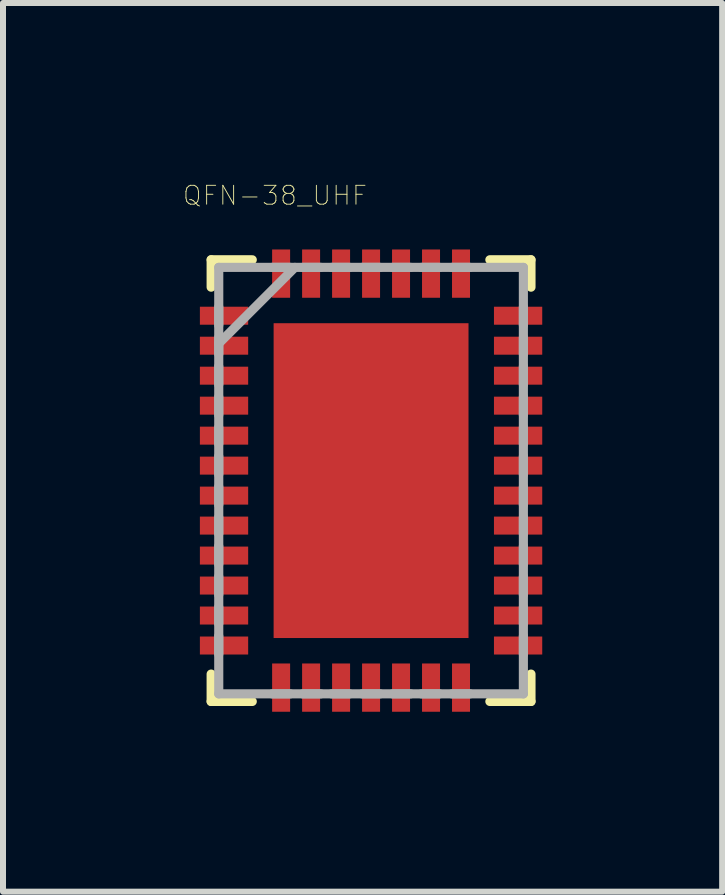
<source format=kicad_pcb>
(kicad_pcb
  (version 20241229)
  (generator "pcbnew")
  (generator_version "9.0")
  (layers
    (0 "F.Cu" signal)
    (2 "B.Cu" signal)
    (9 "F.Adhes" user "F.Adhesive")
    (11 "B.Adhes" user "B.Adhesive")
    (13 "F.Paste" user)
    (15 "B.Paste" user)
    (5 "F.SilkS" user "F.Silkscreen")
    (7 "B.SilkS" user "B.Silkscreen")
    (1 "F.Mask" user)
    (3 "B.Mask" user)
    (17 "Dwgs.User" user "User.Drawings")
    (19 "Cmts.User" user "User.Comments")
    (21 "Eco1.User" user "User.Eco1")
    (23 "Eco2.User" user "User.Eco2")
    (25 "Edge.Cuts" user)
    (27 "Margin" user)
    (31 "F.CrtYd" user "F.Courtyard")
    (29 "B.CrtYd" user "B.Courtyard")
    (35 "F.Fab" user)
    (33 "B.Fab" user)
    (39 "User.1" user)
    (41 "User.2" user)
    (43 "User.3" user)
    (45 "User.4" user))
  (footprint "QFN-38_UHF"
    (layer "F.Cu")
    (at 3.138 4.965)
    (property "Reference" "QFN-38_UHF" (at -1.602 -4.755 0) (layer "F.SilkS") (effects (font (size 0.315 0.315) (thickness 0.015))))
    (attr through_hole)
    (fp_line (start -2.667 -3.683) (end -2.667 -3.226) (stroke (width 0.152) (type solid)) (layer "F.SilkS"))
    (fp_line (start -2.667 3.226) (end -2.667 3.683) (stroke (width 0.152) (type solid)) (layer "F.SilkS"))
    (fp_line (start -2.667 3.683) (end -1.981 3.683) (stroke (width 0.152) (type solid)) (layer "F.SilkS"))
    (fp_line (start -1.981 -3.683) (end -2.667 -3.683) (stroke (width 0.152) (type solid)) (layer "F.SilkS"))
    (fp_line (start 1.981 3.683) (end 2.667 3.683) (stroke (width 0.152) (type solid)) (layer "F.SilkS"))
    (fp_line (start 2.667 -3.683) (end 1.981 -3.683) (stroke (width 0.152) (type solid)) (layer "F.SilkS"))
    (fp_line (start 2.667 -3.226) (end 2.667 -3.683) (stroke (width 0.152) (type solid)) (layer "F.SilkS"))
    (fp_line (start 2.667 3.683) (end 2.667 3.226) (stroke (width 0.152) (type solid)) (layer "F.SilkS"))
    (fp_poly (pts (xy -1.525 -2.525) (xy -1.525 -1.413) (xy -0.1 -1.413) (xy -0.1 -2.525)) (stroke (width 0.025) (type solid)) (fill yes) (layer "F.Paste"))
    (fp_poly (pts (xy -1.525 -1.212) (xy -1.525 -0.1) (xy -0.1 -0.1) (xy -0.1 -1.212)) (stroke (width 0.025) (type solid)) (fill yes) (layer "F.Paste"))
    (fp_poly (pts (xy -1.525 0.1) (xy -1.525 1.212) (xy -0.1 1.212) (xy -0.1 0.1)) (stroke (width 0.025) (type solid)) (fill yes) (layer "F.Paste"))
    (fp_poly (pts (xy -1.525 1.413) (xy -1.525 2.525) (xy -0.1 2.525) (xy -0.1 1.413)) (stroke (width 0.025) (type solid)) (fill yes) (layer "F.Paste"))
    (fp_poly (pts (xy 0.1 -2.525) (xy 0.1 -1.413) (xy 1.525 -1.413) (xy 1.525 -2.525)) (stroke (width 0.025) (type solid)) (fill yes) (layer "F.Paste"))
    (fp_poly (pts (xy 0.1 -1.212) (xy 0.1 -0.1) (xy 1.525 -0.1) (xy 1.525 -1.212)) (stroke (width 0.025) (type solid)) (fill yes) (layer "F.Paste"))
    (fp_poly (pts (xy 0.1 0.1) (xy 0.1 1.212) (xy 1.525 1.212) (xy 1.525 0.1)) (stroke (width 0.025) (type solid)) (fill yes) (layer "F.Paste"))
    (fp_poly (pts (xy 0.1 1.413) (xy 0.1 2.525) (xy 1.525 2.525) (xy 1.525 1.413)) (stroke (width 0.025) (type solid)) (fill yes) (layer "F.Paste"))
    (fp_line (start -2.54 -3.556) (end -2.54 3.556) (stroke (width 0.152) (type solid)) (layer "F.Fab"))
    (fp_line (start -2.54 -2.896) (end -2.54 -2.591) (stroke (width 0.152) (type solid)) (layer "F.Fab"))
    (fp_line (start -2.54 -2.388) (end -2.54 -2.108) (stroke (width 0.152) (type solid)) (layer "F.Fab"))
    (fp_line (start -2.54 -2.286) (end -1.27 -3.556) (stroke (width 0.152) (type solid)) (layer "F.Fab"))
    (fp_line (start -2.54 -1.905) (end -2.54 -1.6) (stroke (width 0.152) (type solid)) (layer "F.Fab"))
    (fp_line (start -2.54 -1.397) (end -2.54 -1.092) (stroke (width 0.152) (type solid)) (layer "F.Fab"))
    (fp_line (start -2.54 -0.889) (end -2.54 -0.61) (stroke (width 0.152) (type solid)) (layer "F.Fab"))
    (fp_line (start -2.54 -0.406) (end -2.54 -0.102) (stroke (width 0.152) (type solid)) (layer "F.Fab"))
    (fp_line (start -2.54 0.102) (end -2.54 0.406) (stroke (width 0.152) (type solid)) (layer "F.Fab"))
    (fp_line (start -2.54 0.61) (end -2.54 0.889) (stroke (width 0.152) (type solid)) (layer "F.Fab"))
    (fp_line (start -2.54 1.092) (end -2.54 1.397) (stroke (width 0.152) (type solid)) (layer "F.Fab"))
    (fp_line (start -2.54 1.6) (end -2.54 1.905) (stroke (width 0.152) (type solid)) (layer "F.Fab"))
    (fp_line (start -2.54 2.108) (end -2.54 2.388) (stroke (width 0.152) (type solid)) (layer "F.Fab"))
    (fp_line (start -2.54 2.591) (end -2.54 2.896) (stroke (width 0.152) (type solid)) (layer "F.Fab"))
    (fp_line (start -2.54 3.556) (end 2.54 3.556) (stroke (width 0.152) (type solid)) (layer "F.Fab"))
    (fp_line (start -1.651 3.556) (end -1.346 3.556) (stroke (width 0.152) (type solid)) (layer "F.Fab"))
    (fp_line (start -1.346 -3.556) (end -1.651 -3.556) (stroke (width 0.152) (type solid)) (layer "F.Fab"))
    (fp_line (start -1.143 3.556) (end -0.838 3.556) (stroke (width 0.152) (type solid)) (layer "F.Fab"))
    (fp_line (start -0.838 -3.556) (end -1.143 -3.556) (stroke (width 0.152) (type solid)) (layer "F.Fab"))
    (fp_line (start -0.66 3.556) (end -0.356 3.556) (stroke (width 0.152) (type solid)) (layer "F.Fab"))
    (fp_line (start -0.356 -3.556) (end -0.66 -3.556) (stroke (width 0.152) (type solid)) (layer "F.Fab"))
    (fp_line (start -0.152 3.556) (end 0.152 3.556) (stroke (width 0.152) (type solid)) (layer "F.Fab"))
    (fp_line (start 0.152 -3.556) (end -0.152 -3.556) (stroke (width 0.152) (type solid)) (layer "F.Fab"))
    (fp_line (start 0.356 3.556) (end 0.66 3.556) (stroke (width 0.152) (type solid)) (layer "F.Fab"))
    (fp_line (start 0.66 -3.556) (end 0.356 -3.556) (stroke (width 0.152) (type solid)) (layer "F.Fab"))
    (fp_line (start 0.838 3.556) (end 1.143 3.556) (stroke (width 0.152) (type solid)) (layer "F.Fab"))
    (fp_line (start 1.143 -3.556) (end 0.838 -3.556) (stroke (width 0.152) (type solid)) (layer "F.Fab"))
    (fp_line (start 1.346 3.556) (end 1.651 3.556) (stroke (width 0.152) (type solid)) (layer "F.Fab"))
    (fp_line (start 1.651 -3.556) (end 1.346 -3.556) (stroke (width 0.152) (type solid)) (layer "F.Fab"))
    (fp_line (start 2.54 -3.556) (end -2.54 -3.556) (stroke (width 0.152) (type solid)) (layer "F.Fab"))
    (fp_line (start 2.54 -2.591) (end 2.54 -2.896) (stroke (width 0.152) (type solid)) (layer "F.Fab"))
    (fp_line (start 2.54 -2.108) (end 2.54 -2.388) (stroke (width 0.152) (type solid)) (layer "F.Fab"))
    (fp_line (start 2.54 -1.6) (end 2.54 -1.905) (stroke (width 0.152) (type solid)) (layer "F.Fab"))
    (fp_line (start 2.54 -1.092) (end 2.54 -1.397) (stroke (width 0.152) (type solid)) (layer "F.Fab"))
    (fp_line (start 2.54 -0.61) (end 2.54 -0.889) (stroke (width 0.152) (type solid)) (layer "F.Fab"))
    (fp_line (start 2.54 -0.102) (end 2.54 -0.406) (stroke (width 0.152) (type solid)) (layer "F.Fab"))
    (fp_line (start 2.54 0.406) (end 2.54 0.102) (stroke (width 0.152) (type solid)) (layer "F.Fab"))
    (fp_line (start 2.54 0.889) (end 2.54 0.61) (stroke (width 0.152) (type solid)) (layer "F.Fab"))
    (fp_line (start 2.54 1.397) (end 2.54 1.092) (stroke (width 0.152) (type solid)) (layer "F.Fab"))
    (fp_line (start 2.54 1.905) (end 2.54 1.6) (stroke (width 0.152) (type solid)) (layer "F.Fab"))
    (fp_line (start 2.54 2.388) (end 2.54 2.108) (stroke (width 0.152) (type solid)) (layer "F.Fab"))
    (fp_line (start 2.54 2.896) (end 2.54 2.591) (stroke (width 0.152) (type solid)) (layer "F.Fab"))
    (fp_line (start 2.54 3.556) (end 2.54 -3.556) (stroke (width 0.152) (type solid)) (layer "F.Fab"))
    (pad "1" smd rect (at -2.452 -2.75) (size 0.805 0.3) (layers "F.Cu" "F.Mask" "F.Paste"))
    (pad "2" smd rect (at -2.452 -2.25) (size 0.805 0.3) (layers "F.Cu" "F.Mask" "F.Paste"))
    (pad "3" smd rect (at -2.452 -1.75) (size 0.805 0.3) (layers "F.Cu" "F.Mask" "F.Paste"))
    (pad "4" smd rect (at -2.452 -1.25) (size 0.805 0.3) (layers "F.Cu" "F.Mask" "F.Paste"))
    (pad "5" smd rect (at -2.452 -0.75) (size 0.805 0.3) (layers "F.Cu" "F.Mask" "F.Paste"))
    (pad "6" smd rect (at -2.452 -0.25) (size 0.805 0.3) (layers "F.Cu" "F.Mask" "F.Paste"))
    (pad "7" smd rect (at -2.452 0.25) (size 0.805 0.3) (layers "F.Cu" "F.Mask" "F.Paste"))
    (pad "8" smd rect (at -2.452 0.75) (size 0.805 0.3) (layers "F.Cu" "F.Mask" "F.Paste"))
    (pad "9" smd rect (at -2.452 1.25) (size 0.805 0.3) (layers "F.Cu" "F.Mask" "F.Paste"))
    (pad "10" smd rect (at -2.452 1.75) (size 0.805 0.3) (layers "F.Cu" "F.Mask" "F.Paste"))
    (pad "11" smd rect (at -2.452 2.25) (size 0.805 0.3) (layers "F.Cu" "F.Mask" "F.Paste"))
    (pad "12" smd rect (at -2.452 2.75) (size 0.805 0.3) (layers "F.Cu" "F.Mask" "F.Paste"))
    (pad "13" smd rect (at -1.5 3.452) (size 0.3 0.805) (layers "F.Cu" "F.Mask" "F.Paste"))
    (pad "14" smd rect (at -1 3.452) (size 0.3 0.805) (layers "F.Cu" "F.Mask" "F.Paste"))
    (pad "15" smd rect (at -0.5 3.452) (size 0.3 0.805) (layers "F.Cu" "F.Mask" "F.Paste"))
    (pad "16" smd rect (at 0 3.452) (size 0.3 0.805) (layers "F.Cu" "F.Mask" "F.Paste"))
    (pad "17" smd rect (at 0.5 3.452) (size 0.3 0.805) (layers "F.Cu" "F.Mask" "F.Paste"))
    (pad "18" smd rect (at 1 3.452) (size 0.3 0.805) (layers "F.Cu" "F.Mask" "F.Paste"))
    (pad "19" smd rect (at 1.5 3.452) (size 0.3 0.805) (layers "F.Cu" "F.Mask" "F.Paste"))
    (pad "20" smd rect (at 2.452 2.75) (size 0.805 0.3) (layers "F.Cu" "F.Mask" "F.Paste"))
    (pad "21" smd rect (at 2.452 2.25) (size 0.805 0.3) (layers "F.Cu" "F.Mask" "F.Paste"))
    (pad "22" smd rect (at 2.452 1.75) (size 0.805 0.3) (layers "F.Cu" "F.Mask" "F.Paste"))
    (pad "23" smd rect (at 2.452 1.25) (size 0.805 0.3) (layers "F.Cu" "F.Mask" "F.Paste"))
    (pad "24" smd rect (at 2.452 0.75) (size 0.805 0.3) (layers "F.Cu" "F.Mask" "F.Paste"))
    (pad "25" smd rect (at 2.452 0.25) (size 0.805 0.3) (layers "F.Cu" "F.Mask" "F.Paste"))
    (pad "26" smd rect (at 2.452 -0.25) (size 0.805 0.3) (layers "F.Cu" "F.Mask" "F.Paste"))
    (pad "27" smd rect (at 2.452 -0.75) (size 0.805 0.3) (layers "F.Cu" "F.Mask" "F.Paste"))
    (pad "28" smd rect (at 2.452 -1.25) (size 0.805 0.3) (layers "F.Cu" "F.Mask" "F.Paste"))
    (pad "29" smd rect (at 2.452 -1.75) (size 0.805 0.3) (layers "F.Cu" "F.Mask" "F.Paste"))
    (pad "30" smd rect (at 2.452 -2.25) (size 0.805 0.3) (layers "F.Cu" "F.Mask" "F.Paste"))
    (pad "31" smd rect (at 2.452 -2.75) (size 0.805 0.3) (layers "F.Cu" "F.Mask" "F.Paste"))
    (pad "32" smd rect (at 1.5 -3.452) (size 0.3 0.805) (layers "F.Cu" "F.Mask" "F.Paste"))
    (pad "33" smd rect (at 1 -3.452) (size 0.3 0.805) (layers "F.Cu" "F.Mask" "F.Paste"))
    (pad "34" smd rect (at 0.5 -3.452) (size 0.3 0.805) (layers "F.Cu" "F.Mask" "F.Paste"))
    (pad "35" smd rect (at 0 -3.452) (size 0.3 0.805) (layers "F.Cu" "F.Mask" "F.Paste"))
    (pad "36" smd rect (at -0.5 -3.452) (size 0.3 0.805) (layers "F.Cu" "F.Mask" "F.Paste"))
    (pad "37" smd rect (at -1 -3.452) (size 0.3 0.805) (layers "F.Cu" "F.Mask" "F.Paste"))
    (pad "38" smd rect (at -1.5 -3.452) (size 0.3 0.805) (layers "F.Cu" "F.Mask" "F.Paste"))
    (pad "39" smd rect (at 0 0) (size 3.25 5.25) (layers "F.Cu" "F.Mask")))
  (gr_rect
    (start -3 -3)
    (end 8.993 11.82)
    (stroke (width 0.1) (type default))
    (fill no)
    (layer "Edge.Cuts")))
</source>
